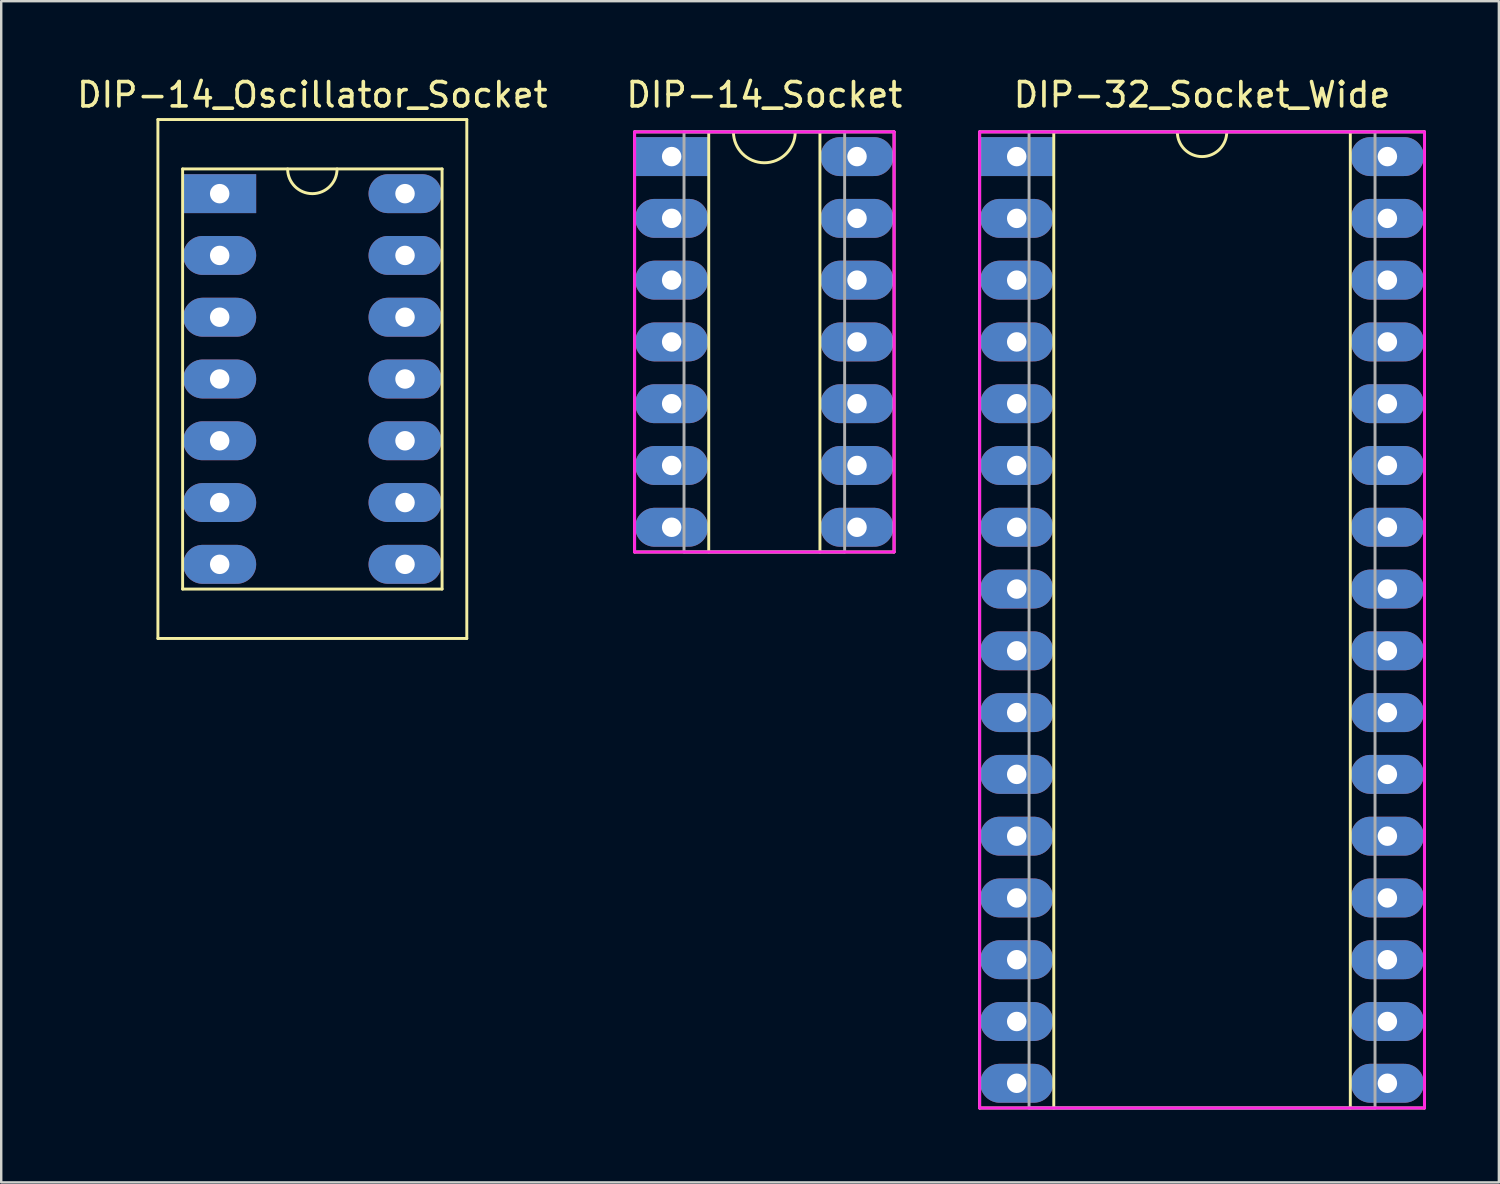
<source format=kicad_pcb>
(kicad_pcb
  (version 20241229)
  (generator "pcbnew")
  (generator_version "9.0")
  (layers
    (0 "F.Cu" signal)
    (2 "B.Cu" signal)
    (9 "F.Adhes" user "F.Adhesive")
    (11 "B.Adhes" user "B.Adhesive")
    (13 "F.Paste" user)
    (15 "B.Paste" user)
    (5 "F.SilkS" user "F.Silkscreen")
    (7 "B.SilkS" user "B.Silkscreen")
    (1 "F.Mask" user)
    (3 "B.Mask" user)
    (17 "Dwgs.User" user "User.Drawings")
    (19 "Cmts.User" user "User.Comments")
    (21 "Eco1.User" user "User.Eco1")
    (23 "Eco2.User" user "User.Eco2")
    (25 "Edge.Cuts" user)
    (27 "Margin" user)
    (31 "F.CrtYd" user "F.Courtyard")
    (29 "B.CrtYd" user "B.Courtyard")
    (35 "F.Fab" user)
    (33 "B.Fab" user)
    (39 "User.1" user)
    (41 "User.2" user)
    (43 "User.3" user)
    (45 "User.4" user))
  (footprint "DIP-14_Oscillator_Socket"
    (layer "F.Cu")
    (at 5.982 4.912)
    (property "Reference" "DIP-14_Oscillator_Socket" (at 3.81 -4.064 0) (layer "F.SilkS") (effects (font (size 1 1) (thickness 0.15))))
    (attr through_hole)
    (fp_line (start -2.54 -3.048) (end 10.16 -3.048) (stroke (width 0.12) (type solid)) (layer "F.SilkS"))
    (fp_line (start -2.54 18.288) (end -2.54 -3.048) (stroke (width 0.12) (type solid)) (layer "F.SilkS"))
    (fp_line (start -1.524 -1.016) (end -1.524 16.256) (stroke (width 0.12) (type solid)) (layer "F.SilkS"))
    (fp_line (start -1.524 16.256) (end 9.144 16.256) (stroke (width 0.12) (type solid)) (layer "F.SilkS"))
    (fp_line (start 9.144 -1.016) (end -1.524 -1.016) (stroke (width 0.12) (type solid)) (layer "F.SilkS"))
    (fp_line (start 9.144 16.256) (end 9.144 -1.016) (stroke (width 0.12) (type solid)) (layer "F.SilkS"))
    (fp_line (start 10.16 -3.048) (end 10.16 18.288) (stroke (width 0.12) (type solid)) (layer "F.SilkS"))
    (fp_line (start 10.16 18.288) (end -2.54 18.288) (stroke (width 0.12) (type solid)) (layer "F.SilkS"))
    (fp_arc (start 4.826 -1.016) (mid 3.81 0) (end 2.794 -1.016) (stroke (width 0.12) (type solid)) (layer "F.SilkS"))
    (pad "1" thru_hole rect (at 0 0) (size 3 1.6) (drill 0.8) (layers "*.Cu" "*.Mask"))
    (pad "2" thru_hole oval (at 0 2.54) (size 3 1.6) (drill 0.8) (layers "*.Cu" "*.Mask"))
    (pad "3" thru_hole oval (at 0 5.08) (size 3 1.6) (drill 0.8) (layers "*.Cu" "*.Mask"))
    (pad "4" thru_hole oval (at 0 7.62) (size 3 1.6) (drill 0.8) (layers "*.Cu" "*.Mask"))
    (pad "5" thru_hole oval (at 0 10.16) (size 3 1.6) (drill 0.8) (layers "*.Cu" "*.Mask"))
    (pad "6" thru_hole oval (at 0 12.7) (size 3 1.6) (drill 0.8) (layers "*.Cu" "*.Mask"))
    (pad "7" thru_hole oval (at 0 15.24) (size 3 1.6) (drill 0.8) (layers "*.Cu" "*.Mask"))
    (pad "8" thru_hole oval (at 7.62 15.24) (size 3 1.6) (drill 0.8) (layers "*.Cu" "*.Mask"))
    (pad "9" thru_hole oval (at 7.62 12.7) (size 3 1.6) (drill 0.8) (layers "*.Cu" "*.Mask"))
    (pad "10" thru_hole oval (at 7.62 10.16) (size 3 1.6) (drill 0.8) (layers "*.Cu" "*.Mask"))
    (pad "11" thru_hole oval (at 7.62 7.62) (size 3 1.6) (drill 0.8) (layers "*.Cu" "*.Mask"))
    (pad "12" thru_hole oval (at 7.62 5.08) (size 3 1.6) (drill 0.8) (layers "*.Cu" "*.Mask"))
    (pad "13" thru_hole oval (at 7.62 2.54) (size 3 1.6) (drill 0.8) (layers "*.Cu" "*.Mask"))
    (pad "14" thru_hole oval (at 7.62 0) (size 3 1.6) (drill 0.8) (layers "*.Cu" "*.Mask")))
  (footprint "DIP-14_Socket"
    (layer "F.Cu")
    (at 24.565 3.388)
    (property "Reference" "DIP-14_Socket" (at 3.81 -2.54 0) (layer "F.SilkS") (effects (font (size 1 1) (thickness 0.15))))
    (attr through_hole)
    (fp_line (start -1.524 -1.016) (end -1.524 16.256) (stroke (width 0.12) (type solid)) (layer "F.SilkS"))
    (fp_line (start -1.524 16.256) (end 9.144 16.256) (stroke (width 0.12) (type solid)) (layer "F.SilkS"))
    (fp_line (start 1.524 -1.016) (end 1.524 16.256) (stroke (width 0.12) (type solid)) (layer "F.SilkS"))
    (fp_line (start 6.096 16.256) (end 6.096 -1.016) (stroke (width 0.12) (type solid)) (layer "F.SilkS"))
    (fp_line (start 9.144 -1.016) (end -1.524 -1.016) (stroke (width 0.12) (type solid)) (layer "F.SilkS"))
    (fp_line (start 9.144 16.256) (end 9.144 -1.016) (stroke (width 0.12) (type solid)) (layer "F.SilkS"))
    (fp_arc (start 5.08 -1.016) (mid 3.81 0.254) (end 2.54 -1.016) (stroke (width 0.12) (type solid)) (layer "F.SilkS"))
    (fp_line (start -1.524 -1.016) (end -1.524 16.256) (stroke (width 0.12) (type solid)) (layer "F.CrtYd"))
    (fp_line (start -1.524 16.256) (end 9.144 16.256) (stroke (width 0.12) (type solid)) (layer "F.CrtYd"))
    (fp_line (start 9.144 -1.016) (end -1.524 -1.016) (stroke (width 0.12) (type solid)) (layer "F.CrtYd"))
    (fp_line (start 9.144 16.256) (end 9.144 -1.016) (stroke (width 0.12) (type solid)) (layer "F.CrtYd"))
    (fp_line (start 0.508 -1.016) (end 0.508 16.256) (stroke (width 0.12) (type solid)) (layer "F.Fab"))
    (fp_line (start 0.508 16.256) (end 7.112 16.256) (stroke (width 0.12) (type solid)) (layer "F.Fab"))
    (fp_line (start 7.112 -1.016) (end 0.508 -1.016) (stroke (width 0.12) (type solid)) (layer "F.Fab"))
    (fp_line (start 7.112 16.256) (end 7.112 -1.016) (stroke (width 0.12) (type solid)) (layer "F.Fab"))
    (pad "1" thru_hole rect (at 0 0) (size 3 1.6) (drill 0.8) (layers "*.Cu" "*.Mask"))
    (pad "2" thru_hole oval (at 0 2.54) (size 3 1.6) (drill 0.8) (layers "*.Cu" "*.Mask"))
    (pad "3" thru_hole oval (at 0 5.08) (size 3 1.6) (drill 0.8) (layers "*.Cu" "*.Mask"))
    (pad "4" thru_hole oval (at 0 7.62) (size 3 1.6) (drill 0.8) (layers "*.Cu" "*.Mask"))
    (pad "5" thru_hole oval (at 0 10.16) (size 3 1.6) (drill 0.8) (layers "*.Cu" "*.Mask"))
    (pad "6" thru_hole oval (at 0 12.7) (size 3 1.6) (drill 0.8) (layers "*.Cu" "*.Mask"))
    (pad "7" thru_hole oval (at 0 15.24) (size 3 1.6) (drill 0.8) (layers "*.Cu" "*.Mask"))
    (pad "8" thru_hole oval (at 7.62 15.24) (size 3 1.6) (drill 0.8) (layers "*.Cu" "*.Mask"))
    (pad "9" thru_hole oval (at 7.62 12.7) (size 3 1.6) (drill 0.8) (layers "*.Cu" "*.Mask"))
    (pad "10" thru_hole oval (at 7.62 10.16) (size 3 1.6) (drill 0.8) (layers "*.Cu" "*.Mask"))
    (pad "11" thru_hole oval (at 7.62 7.62) (size 3 1.6) (drill 0.8) (layers "*.Cu" "*.Mask"))
    (pad "12" thru_hole oval (at 7.62 5.08) (size 3 1.6) (drill 0.8) (layers "*.Cu" "*.Mask"))
    (pad "13" thru_hole oval (at 7.62 2.54) (size 3 1.6) (drill 0.8) (layers "*.Cu" "*.Mask"))
    (pad "14" thru_hole oval (at 7.62 0) (size 3 1.6) (drill 0.8) (layers "*.Cu" "*.Mask")))
  (footprint "DIP-32_Socket_Wide"
    (layer "F.Cu")
    (at 38.751 3.388)
    (property "Reference" "DIP-32_Socket_Wide" (at 7.62 -2.54 0) (layer "F.SilkS") (effects (font (size 1 1) (thickness 0.15))))
    (attr through_hole)
    (fp_line (start -1.524 -1.016) (end -1.524 39.116) (stroke (width 0.12) (type solid)) (layer "F.SilkS"))
    (fp_line (start -1.524 39.116) (end 16.764 39.116) (stroke (width 0.12) (type solid)) (layer "F.SilkS"))
    (fp_line (start 1.524 -1.016) (end 1.524 39.116) (stroke (width 0.12) (type solid)) (layer "F.SilkS"))
    (fp_line (start 13.716 39.116) (end 13.716 -1.016) (stroke (width 0.12) (type solid)) (layer "F.SilkS"))
    (fp_line (start 16.764 -1.016) (end -1.524 -1.016) (stroke (width 0.12) (type solid)) (layer "F.SilkS"))
    (fp_line (start 16.764 39.116) (end 16.764 -1.016) (stroke (width 0.12) (type solid)) (layer "F.SilkS"))
    (fp_arc (start 8.636 -1.016) (mid 7.62 0) (end 6.604 -1.016) (stroke (width 0.12) (type solid)) (layer "F.SilkS"))
    (fp_line (start -1.524 -1.016) (end -1.524 39.116) (stroke (width 0.12) (type solid)) (layer "F.CrtYd"))
    (fp_line (start -1.524 39.116) (end 16.764 39.116) (stroke (width 0.12) (type solid)) (layer "F.CrtYd"))
    (fp_line (start 16.764 -1.016) (end -1.524 -1.016) (stroke (width 0.12) (type solid)) (layer "F.CrtYd"))
    (fp_line (start 16.764 39.116) (end 16.764 -1.016) (stroke (width 0.12) (type solid)) (layer "F.CrtYd"))
    (fp_line (start 0.508 -1.016) (end 0.508 39.116) (stroke (width 0.12) (type solid)) (layer "F.Fab"))
    (fp_line (start 0.508 39.116) (end 14.732 39.116) (stroke (width 0.12) (type solid)) (layer "F.Fab"))
    (fp_line (start 14.732 -1.016) (end 0.508 -1.016) (stroke (width 0.12) (type solid)) (layer "F.Fab"))
    (fp_line (start 14.732 39.116) (end 14.732 -1.016) (stroke (width 0.12) (type solid)) (layer "F.Fab"))
    (pad "1" thru_hole rect (at 0 0) (size 3 1.6) (drill 0.8) (layers "*.Cu" "*.Mask"))
    (pad "2" thru_hole oval (at 0 2.54) (size 3 1.6) (drill 0.8) (layers "*.Cu" "*.Mask"))
    (pad "3" thru_hole oval (at 0 5.08) (size 3 1.6) (drill 0.8) (layers "*.Cu" "*.Mask"))
    (pad "4" thru_hole oval (at 0 7.62) (size 3 1.6) (drill 0.8) (layers "*.Cu" "*.Mask"))
    (pad "5" thru_hole oval (at 0 10.16) (size 3 1.6) (drill 0.8) (layers "*.Cu" "*.Mask"))
    (pad "6" thru_hole oval (at 0 12.7) (size 3 1.6) (drill 0.8) (layers "*.Cu" "*.Mask"))
    (pad "7" thru_hole oval (at 0 15.24) (size 3 1.6) (drill 0.8) (layers "*.Cu" "*.Mask"))
    (pad "8" thru_hole oval (at 0 17.78) (size 3 1.6) (drill 0.8) (layers "*.Cu" "*.Mask"))
    (pad "9" thru_hole oval (at 0 20.32) (size 3 1.6) (drill 0.8) (layers "*.Cu" "*.Mask"))
    (pad "10" thru_hole oval (at 0 22.86) (size 3 1.6) (drill 0.8) (layers "*.Cu" "*.Mask"))
    (pad "11" thru_hole oval (at 0 25.4) (size 3 1.6) (drill 0.8) (layers "*.Cu" "*.Mask"))
    (pad "12" thru_hole oval (at 0 27.94) (size 3 1.6) (drill 0.8) (layers "*.Cu" "*.Mask"))
    (pad "13" thru_hole oval (at 0 30.48) (size 3 1.6) (drill 0.8) (layers "*.Cu" "*.Mask"))
    (pad "14" thru_hole oval (at 0 33.02) (size 3 1.6) (drill 0.8) (layers "*.Cu" "*.Mask"))
    (pad "15" thru_hole oval (at 0 35.56) (size 3 1.6) (drill 0.8) (layers "*.Cu" "*.Mask"))
    (pad "16" thru_hole oval (at 0 38.1) (size 3 1.6) (drill 0.8) (layers "*.Cu" "*.Mask"))
    (pad "17" thru_hole oval (at 15.24 38.1) (size 3 1.6) (drill 0.8) (layers "*.Cu" "*.Mask"))
    (pad "18" thru_hole oval (at 15.24 35.56) (size 3 1.6) (drill 0.8) (layers "*.Cu" "*.Mask"))
    (pad "19" thru_hole oval (at 15.24 33.02) (size 3 1.6) (drill 0.8) (layers "*.Cu" "*.Mask"))
    (pad "20" thru_hole oval (at 15.24 30.48) (size 3 1.6) (drill 0.8) (layers "*.Cu" "*.Mask"))
    (pad "21" thru_hole oval (at 15.24 27.94) (size 3 1.6) (drill 0.8) (layers "*.Cu" "*.Mask"))
    (pad "22" thru_hole oval (at 15.24 25.4) (size 3 1.6) (drill 0.8) (layers "*.Cu" "*.Mask"))
    (pad "23" thru_hole oval (at 15.24 22.86) (size 3 1.6) (drill 0.8) (layers "*.Cu" "*.Mask"))
    (pad "24" thru_hole oval (at 15.24 20.32) (size 3 1.6) (drill 0.8) (layers "*.Cu" "*.Mask"))
    (pad "25" thru_hole oval (at 15.24 17.78) (size 3 1.6) (drill 0.8) (layers "*.Cu" "*.Mask"))
    (pad "26" thru_hole oval (at 15.24 15.24) (size 3 1.6) (drill 0.8) (layers "*.Cu" "*.Mask"))
    (pad "27" thru_hole oval (at 15.24 12.7) (size 3 1.6) (drill 0.8) (layers "*.Cu" "*.Mask"))
    (pad "28" thru_hole oval (at 15.24 10.16) (size 3 1.6) (drill 0.8) (layers "*.Cu" "*.Mask"))
    (pad "29" thru_hole oval (at 15.24 7.62) (size 3 1.6) (drill 0.8) (layers "*.Cu" "*.Mask"))
    (pad "30" thru_hole oval (at 15.24 5.08) (size 3 1.6) (drill 0.8) (layers "*.Cu" "*.Mask"))
    (pad "31" thru_hole oval (at 15.24 2.54) (size 3 1.6) (drill 0.8) (layers "*.Cu" "*.Mask"))
    (pad "32" thru_hole oval (at 15.24 0) (size 3 1.6) (drill 0.8) (layers "*.Cu" "*.Mask")))
  (gr_rect
    (start -3 -3)
    (end 58.575 45.564)
    (stroke (width 0.1) (type default))
    (fill no)
    (layer "Edge.Cuts")))
</source>
